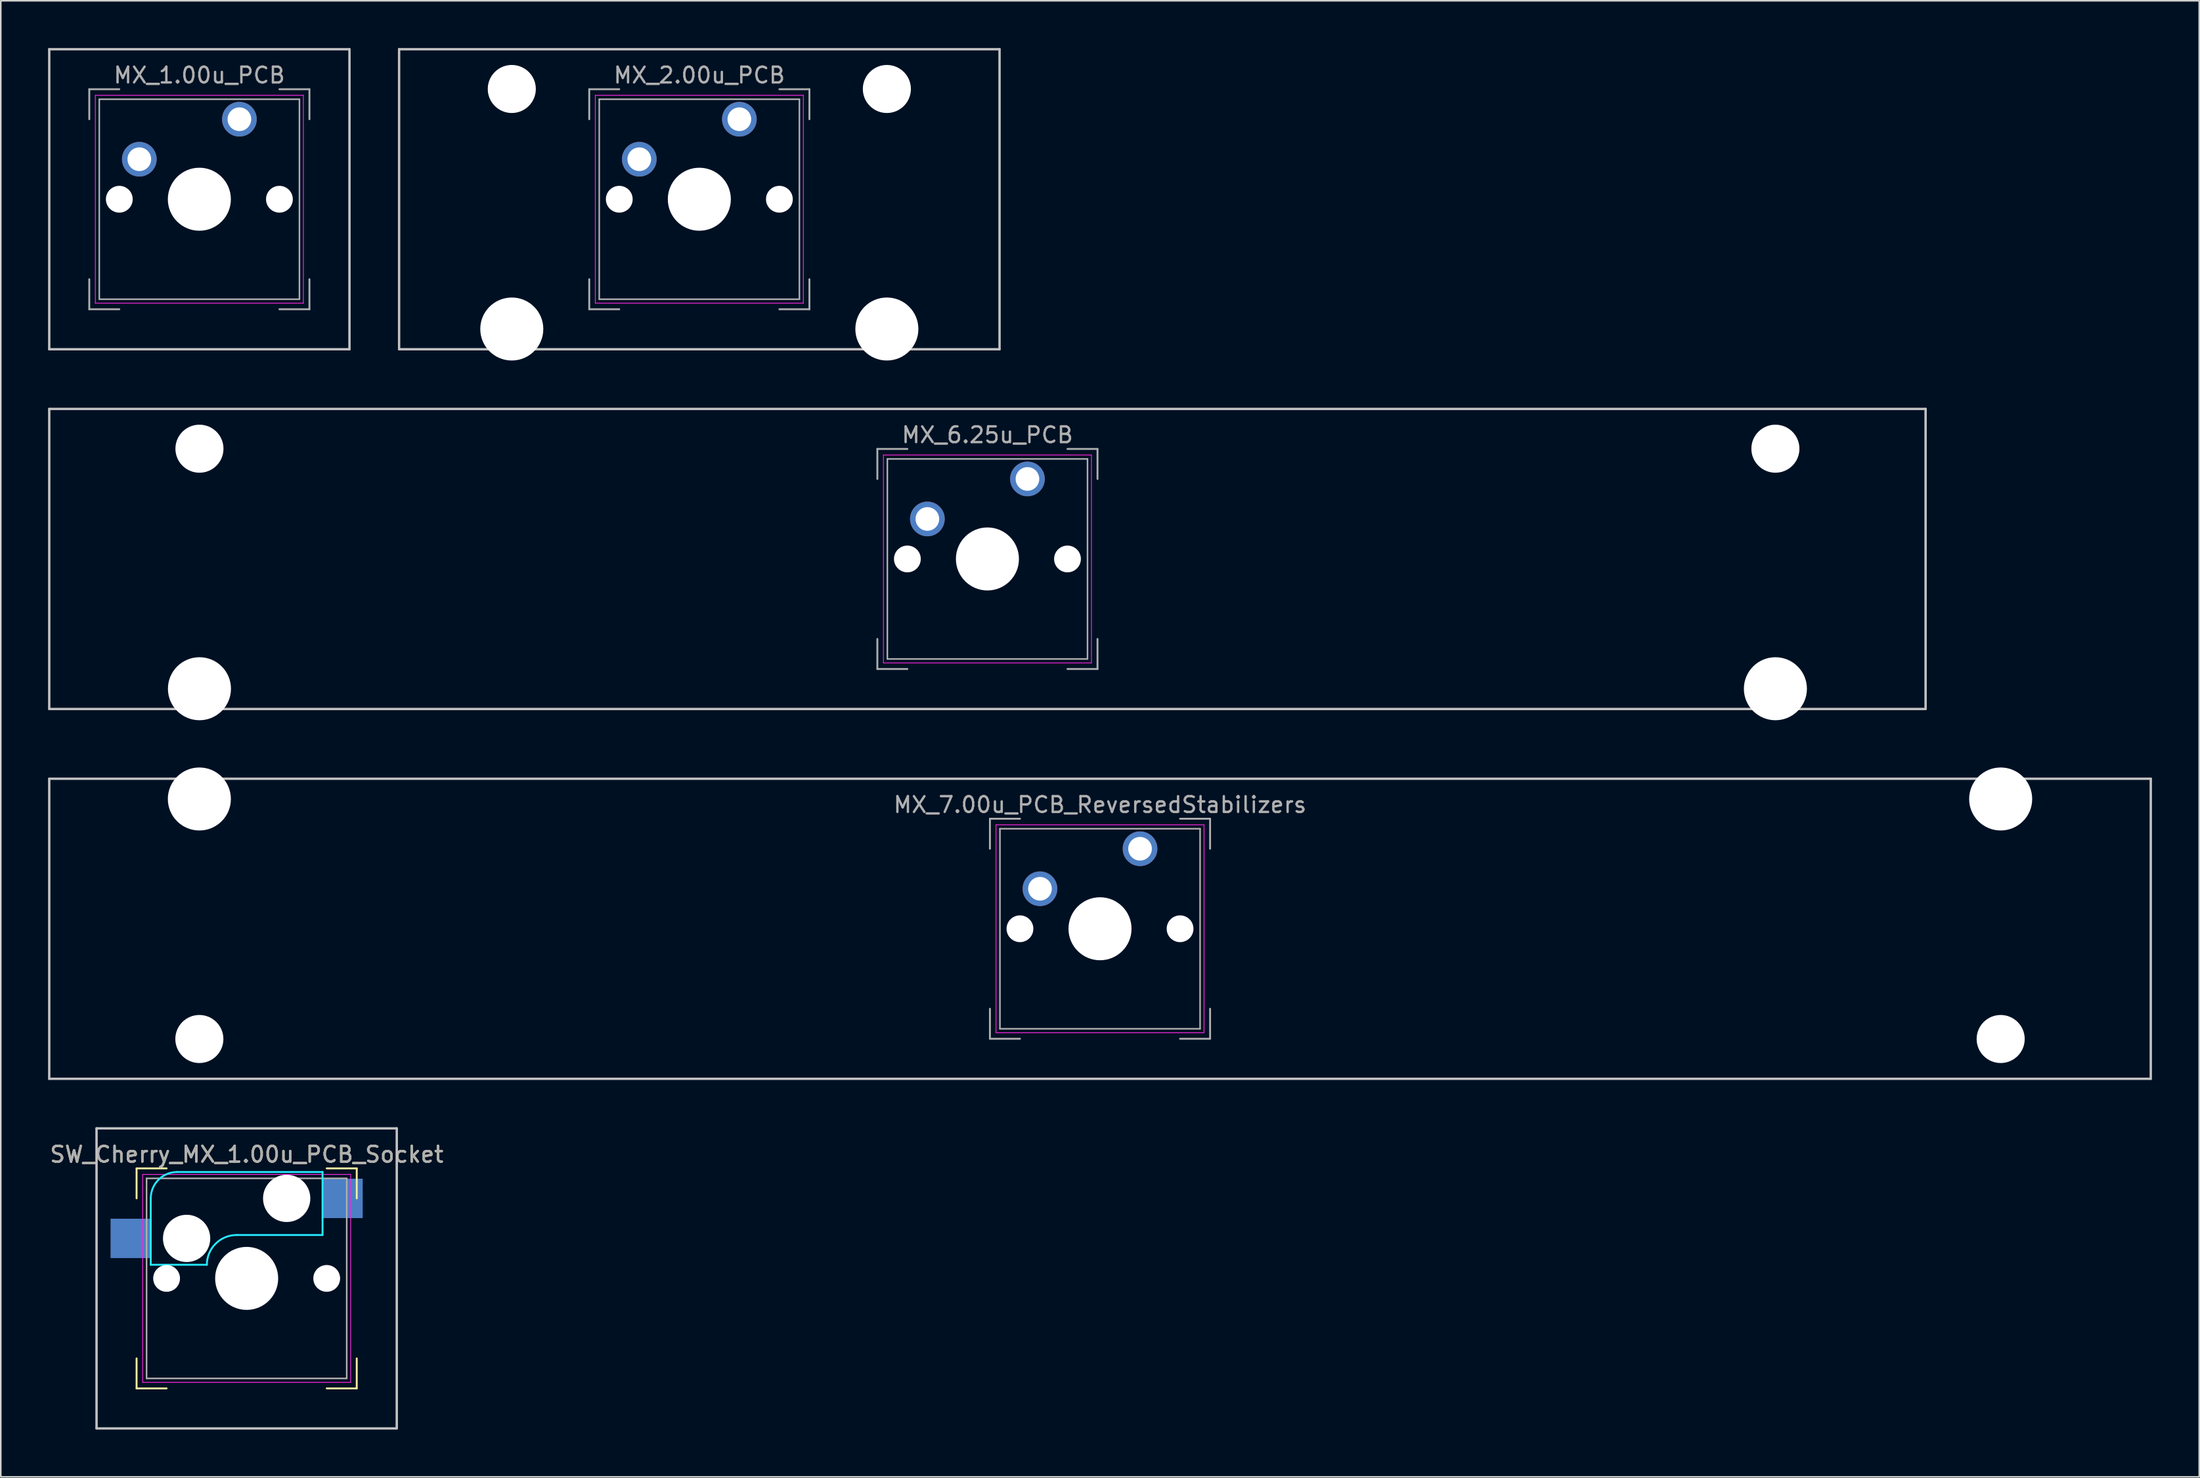
<source format=kicad_pcb>
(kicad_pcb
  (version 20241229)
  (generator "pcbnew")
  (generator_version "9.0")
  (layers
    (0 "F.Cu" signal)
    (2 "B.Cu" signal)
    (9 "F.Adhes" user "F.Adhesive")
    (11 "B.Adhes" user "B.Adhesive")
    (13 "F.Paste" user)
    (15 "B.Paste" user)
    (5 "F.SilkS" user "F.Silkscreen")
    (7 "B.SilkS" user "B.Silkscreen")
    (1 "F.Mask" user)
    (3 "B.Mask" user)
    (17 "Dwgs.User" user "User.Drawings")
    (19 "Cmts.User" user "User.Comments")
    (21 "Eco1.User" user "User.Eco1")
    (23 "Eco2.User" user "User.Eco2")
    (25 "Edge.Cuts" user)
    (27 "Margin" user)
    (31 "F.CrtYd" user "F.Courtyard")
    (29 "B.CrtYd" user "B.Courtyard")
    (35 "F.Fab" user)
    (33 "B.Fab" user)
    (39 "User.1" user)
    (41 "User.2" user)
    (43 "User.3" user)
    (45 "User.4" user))
  (footprint "MX_7.00u_PCB_ReversedStabilizers"
    (layer "F.Cu")
    (at 66.75 55.92)
    (property "Reference" "MX_7.00u_PCB_ReversedStabilizers" (at 0 -7.874 0) (layer "F.Fab") (effects (font (size 1 1) (thickness 0.15))))
    (attr through_hole)
    (fp_line (start -66.675 -9.525) (end 66.675 -9.525) (stroke (width 0.15) (type solid)) (layer "Dwgs.User"))
    (fp_line (start -66.675 9.525) (end -66.675 -9.525) (stroke (width 0.15) (type solid)) (layer "Dwgs.User"))
    (fp_line (start 66.675 -9.525) (end 66.675 9.525) (stroke (width 0.15) (type solid)) (layer "Dwgs.User"))
    (fp_line (start 66.675 9.525) (end -66.675 9.525) (stroke (width 0.15) (type solid)) (layer "Dwgs.User"))
    (fp_line (start -6.6 -6.6) (end 6.6 -6.6) (stroke (width 0.05) (type solid)) (layer "F.CrtYd"))
    (fp_line (start -6.6 6.6) (end -6.6 -6.6) (stroke (width 0.05) (type solid)) (layer "F.CrtYd"))
    (fp_line (start 6.6 -6.6) (end 6.6 6.6) (stroke (width 0.05) (type solid)) (layer "F.CrtYd"))
    (fp_line (start 6.6 6.6) (end -6.6 6.6) (stroke (width 0.05) (type solid)) (layer "F.CrtYd"))
    (fp_line (start -6.985 -6.985) (end -5.08 -6.985) (stroke (width 0.12) (type solid)) (layer "F.Fab"))
    (fp_line (start -6.985 -5.08) (end -6.985 -6.985) (stroke (width 0.12) (type solid)) (layer "F.Fab"))
    (fp_line (start -6.985 5.08) (end -6.985 6.985) (stroke (width 0.12) (type solid)) (layer "F.Fab"))
    (fp_line (start -6.35 -6.35) (end 6.35 -6.35) (stroke (width 0.1) (type solid)) (layer "F.Fab"))
    (fp_line (start -6.35 6.35) (end -6.35 -6.35) (stroke (width 0.1) (type solid)) (layer "F.Fab"))
    (fp_line (start -5.08 6.985) (end -6.985 6.985) (stroke (width 0.12) (type solid)) (layer "F.Fab"))
    (fp_line (start 5.08 -6.985) (end 6.985 -6.985) (stroke (width 0.12) (type solid)) (layer "F.Fab"))
    (fp_line (start 6.35 -6.35) (end 6.35 6.35) (stroke (width 0.1) (type solid)) (layer "F.Fab"))
    (fp_line (start 6.35 6.35) (end -6.35 6.35) (stroke (width 0.1) (type solid)) (layer "F.Fab"))
    (fp_line (start 6.985 -6.985) (end 6.985 -5.08) (stroke (width 0.12) (type solid)) (layer "F.Fab"))
    (fp_line (start 6.985 5.08) (end 6.985 6.985) (stroke (width 0.12) (type solid)) (layer "F.Fab"))
    (fp_line (start 6.985 6.985) (end 5.08 6.985) (stroke (width 0.12) (type solid)) (layer "F.Fab"))
    (pad "" np_thru_hole circle (at -57.15 -8.24 180) (size 4 4) (drill 4) (layers "*.Cu" "*.Mask"))
    (pad "" np_thru_hole circle (at -57.15 7 180) (size 3.05 3.05) (drill 3.05) (layers "*.Cu" "*.Mask"))
    (pad "" np_thru_hole circle (at -5.08 0) (size 1.7 1.7) (drill 1.7) (layers "*.Cu" "*.Mask"))
    (pad "" np_thru_hole circle (at 0 0) (size 4 4) (drill 4) (layers "*.Cu" "*.Mask"))
    (pad "" np_thru_hole circle (at 5.08 0) (size 1.7 1.7) (drill 1.7) (layers "*.Cu" "*.Mask"))
    (pad "" np_thru_hole circle (at 57.15 -8.24 180) (size 4 4) (drill 4) (layers "*.Cu" "*.Mask"))
    (pad "" np_thru_hole circle (at 57.15 7 180) (size 3.05 3.05) (drill 3.05) (layers "*.Cu" "*.Mask"))
    (pad "1" thru_hole circle (at 2.54 -5.08) (size 2.2 2.2) (drill 1.5) (layers "*.Cu" "*.Mask"))
    (pad "2" thru_hole circle (at -3.81 -2.54) (size 2.2 2.2) (drill 1.5) (layers "*.Cu" "*.Mask")))
  (footprint "MX_2.00u_PCB"
    (layer "F.Cu")
    (at 41.325 9.6)
    (property "Reference" "MX_2.00u_PCB" (at 0 -7.874 0) (layer "F.Fab") (effects (font (size 1 1) (thickness 0.15))))
    (attr through_hole)
    (fp_line (start -19.05 -9.525) (end 19.05 -9.525) (stroke (width 0.15) (type solid)) (layer "Dwgs.User"))
    (fp_line (start -19.05 9.525) (end -19.05 -9.525) (stroke (width 0.15) (type solid)) (layer "Dwgs.User"))
    (fp_line (start 19.05 -9.525) (end 19.05 9.525) (stroke (width 0.15) (type solid)) (layer "Dwgs.User"))
    (fp_line (start 19.05 9.525) (end -19.05 9.525) (stroke (width 0.15) (type solid)) (layer "Dwgs.User"))
    (fp_line (start -6.6 -6.6) (end 6.6 -6.6) (stroke (width 0.05) (type solid)) (layer "F.CrtYd"))
    (fp_line (start -6.6 6.6) (end -6.6 -6.6) (stroke (width 0.05) (type solid)) (layer "F.CrtYd"))
    (fp_line (start 6.6 -6.6) (end 6.6 6.6) (stroke (width 0.05) (type solid)) (layer "F.CrtYd"))
    (fp_line (start 6.6 6.6) (end -6.6 6.6) (stroke (width 0.05) (type solid)) (layer "F.CrtYd"))
    (fp_line (start -6.985 -6.985) (end -5.08 -6.985) (stroke (width 0.12) (type solid)) (layer "F.Fab"))
    (fp_line (start -6.985 -5.08) (end -6.985 -6.985) (stroke (width 0.12) (type solid)) (layer "F.Fab"))
    (fp_line (start -6.985 6.985) (end -6.985 5.08) (stroke (width 0.12) (type solid)) (layer "F.Fab"))
    (fp_line (start -6.35 -6.35) (end 6.35 -6.35) (stroke (width 0.1) (type solid)) (layer "F.Fab"))
    (fp_line (start -6.35 6.35) (end -6.35 -6.35) (stroke (width 0.1) (type solid)) (layer "F.Fab"))
    (fp_line (start -5.08 6.985) (end -6.985 6.985) (stroke (width 0.12) (type solid)) (layer "F.Fab"))
    (fp_line (start 5.08 -6.985) (end 6.985 -6.985) (stroke (width 0.12) (type solid)) (layer "F.Fab"))
    (fp_line (start 6.35 -6.35) (end 6.35 6.35) (stroke (width 0.1) (type solid)) (layer "F.Fab"))
    (fp_line (start 6.35 6.35) (end -6.35 6.35) (stroke (width 0.1) (type solid)) (layer "F.Fab"))
    (fp_line (start 6.985 -6.985) (end 6.985 -5.08) (stroke (width 0.12) (type solid)) (layer "F.Fab"))
    (fp_line (start 6.985 6.985) (end 5.08 6.985) (stroke (width 0.12) (type solid)) (layer "F.Fab"))
    (fp_line (start 6.985 6.985) (end 6.985 5.08) (stroke (width 0.12) (type solid)) (layer "F.Fab"))
    (pad "" np_thru_hole circle (at -11.9 -7) (size 3.05 3.05) (drill 3.05) (layers "*.Cu" "*.Mask"))
    (pad "" np_thru_hole circle (at -11.9 8.24) (size 4 4) (drill 4) (layers "*.Cu" "*.Mask"))
    (pad "" np_thru_hole circle (at -5.08 0) (size 1.7 1.7) (drill 1.7) (layers "*.Cu" "*.Mask"))
    (pad "" np_thru_hole circle (at 0 0) (size 4 4) (drill 4) (layers "*.Cu" "*.Mask"))
    (pad "" np_thru_hole circle (at 5.08 0) (size 1.7 1.7) (drill 1.7) (layers "*.Cu" "*.Mask"))
    (pad "" np_thru_hole circle (at 11.9 -7) (size 3.05 3.05) (drill 3.05) (layers "*.Cu" "*.Mask"))
    (pad "" np_thru_hole circle (at 11.9 8.24) (size 4 4) (drill 4) (layers "*.Cu" "*.Mask"))
    (pad "1" thru_hole circle (at 2.54 -5.08) (size 2.2 2.2) (drill 1.5) (layers "*.Cu" "*.Mask"))
    (pad "2" thru_hole circle (at -3.81 -2.54) (size 2.2 2.2) (drill 1.5) (layers "*.Cu" "*.Mask")))
  (footprint "MX_1.00u_PCB"
    (layer "F.Cu")
    (at 9.6 9.6)
    (property "Reference" "MX_1.00u_PCB" (at 0 -7.874 0) (layer "F.Fab") (effects (font (size 1 1) (thickness 0.15))))
    (attr through_hole)
    (fp_line (start -9.525 -9.525) (end 9.525 -9.525) (stroke (width 0.15) (type solid)) (layer "Dwgs.User"))
    (fp_line (start -9.525 9.525) (end -9.525 -9.525) (stroke (width 0.15) (type solid)) (layer "Dwgs.User"))
    (fp_line (start 9.525 -9.525) (end 9.525 9.525) (stroke (width 0.15) (type solid)) (layer "Dwgs.User"))
    (fp_line (start 9.525 9.525) (end -9.525 9.525) (stroke (width 0.15) (type solid)) (layer "Dwgs.User"))
    (fp_line (start -6.6 -6.6) (end 6.6 -6.6) (stroke (width 0.05) (type solid)) (layer "F.CrtYd"))
    (fp_line (start -6.6 6.6) (end -6.6 -6.6) (stroke (width 0.05) (type solid)) (layer "F.CrtYd"))
    (fp_line (start 6.6 -6.6) (end 6.6 6.6) (stroke (width 0.05) (type solid)) (layer "F.CrtYd"))
    (fp_line (start 6.6 6.6) (end -6.6 6.6) (stroke (width 0.05) (type solid)) (layer "F.CrtYd"))
    (fp_line (start -6.985 -6.985) (end -5.08 -6.985) (stroke (width 0.12) (type solid)) (layer "F.Fab"))
    (fp_line (start -6.985 -5.08) (end -6.985 -6.985) (stroke (width 0.12) (type solid)) (layer "F.Fab"))
    (fp_line (start -6.985 6.985) (end -6.985 5.08) (stroke (width 0.12) (type solid)) (layer "F.Fab"))
    (fp_line (start -6.35 -6.35) (end 6.35 -6.35) (stroke (width 0.1) (type solid)) (layer "F.Fab"))
    (fp_line (start -6.35 6.35) (end -6.35 -6.35) (stroke (width 0.1) (type solid)) (layer "F.Fab"))
    (fp_line (start -5.08 6.985) (end -6.985 6.985) (stroke (width 0.12) (type solid)) (layer "F.Fab"))
    (fp_line (start 5.08 -6.985) (end 6.985 -6.985) (stroke (width 0.12) (type solid)) (layer "F.Fab"))
    (fp_line (start 6.35 -6.35) (end 6.35 6.35) (stroke (width 0.1) (type solid)) (layer "F.Fab"))
    (fp_line (start 6.35 6.35) (end -6.35 6.35) (stroke (width 0.1) (type solid)) (layer "F.Fab"))
    (fp_line (start 6.985 -6.985) (end 6.985 -5.08) (stroke (width 0.12) (type solid)) (layer "F.Fab"))
    (fp_line (start 6.985 5.08) (end 6.985 6.985) (stroke (width 0.12) (type solid)) (layer "F.Fab"))
    (fp_line (start 6.985 6.985) (end 5.08 6.985) (stroke (width 0.12) (type solid)) (layer "F.Fab"))
    (pad "" np_thru_hole circle (at -5.08 0) (size 1.7 1.7) (drill 1.7) (layers "*.Cu" "*.Mask"))
    (pad "" np_thru_hole circle (at 0 0) (size 4 4) (drill 4) (layers "*.Cu" "*.Mask"))
    (pad "" np_thru_hole circle (at 5.08 0) (size 1.7 1.7) (drill 1.7) (layers "*.Cu" "*.Mask"))
    (pad "1" thru_hole circle (at 2.54 -5.08) (size 2.2 2.2) (drill 1.5) (layers "*.Cu" "*.Mask"))
    (pad "2" thru_hole circle (at -3.81 -2.54) (size 2.2 2.2) (drill 1.5) (layers "*.Cu" "*.Mask")))
  (footprint "SW_Cherry_MX_1.00u_PCB_Socket"
    (layer "F.Cu")
    (at 12.601 78.12)
    (property "Reference" "SW_Cherry_MX_1.00u_PCB_Socket" (at 0 -7.874 0) (layer "F.SilkS") (effects (font (size 1 1) (thickness 0.15))))
    (attr through_hole)
    (fp_line (start -6.985 -6.985) (end -5.08 -6.985) (stroke (width 0.12) (type solid)) (layer "F.SilkS"))
    (fp_line (start -6.985 -5.08) (end -6.985 -6.985) (stroke (width 0.12) (type solid)) (layer "F.SilkS"))
    (fp_line (start -6.985 6.985) (end -6.985 5.08) (stroke (width 0.12) (type solid)) (layer "F.SilkS"))
    (fp_line (start -6.985 6.985) (end -5.08 6.985) (stroke (width 0.12) (type solid)) (layer "F.SilkS"))
    (fp_line (start 5.08 -6.985) (end 6.985 -6.985) (stroke (width 0.12) (type solid)) (layer "F.SilkS"))
    (fp_line (start 6.985 -6.985) (end 6.985 -5.08) (stroke (width 0.12) (type solid)) (layer "F.SilkS"))
    (fp_line (start 6.985 6.985) (end 5.08 6.985) (stroke (width 0.12) (type solid)) (layer "F.SilkS"))
    (fp_line (start 6.985 6.985) (end 6.985 5.08) (stroke (width 0.12) (type solid)) (layer "F.SilkS"))
    (fp_line (start -9.525 -9.525) (end 9.525 -9.525) (stroke (width 0.15) (type solid)) (layer "Dwgs.User"))
    (fp_line (start -9.525 9.525) (end -9.525 -9.525) (stroke (width 0.15) (type solid)) (layer "Dwgs.User"))
    (fp_line (start 9.525 -9.525) (end 9.525 9.525) (stroke (width 0.15) (type solid)) (layer "Dwgs.User"))
    (fp_line (start 9.525 9.525) (end -9.525 9.525) (stroke (width 0.15) (type solid)) (layer "Dwgs.User"))
    (fp_line (start -6.085 -0.865) (end -6.085 -5.08) (stroke (width 0.12) (type solid)) (layer "B.CrtYd"))
    (fp_line (start -6.085 -0.865) (end -2.525 -0.865) (stroke (width 0.12) (type solid)) (layer "B.CrtYd"))
    (fp_line (start -4.41 -6.755) (end 4.815 -6.755) (stroke (width 0.12) (type solid)) (layer "B.CrtYd"))
    (fp_line (start 4.815 -6.755) (end 4.815 -2.755) (stroke (width 0.12) (type solid)) (layer "B.CrtYd"))
    (fp_line (start 4.815 -2.755) (end -0.635 -2.755) (stroke (width 0.12) (type solid)) (layer "B.CrtYd"))
    (fp_arc (start -6.085 -5.08) (mid -5.594404 -6.264404) (end -4.41 -6.755) (stroke (width 0.12) (type solid)) (layer "B.CrtYd"))
    (fp_arc (start -2.525 -0.865) (mid -1.971432 -2.201432) (end -0.635 -2.755) (stroke (width 0.12) (type solid)) (layer "B.CrtYd"))
    (fp_line (start -6.6 -6.6) (end 6.6 -6.6) (stroke (width 0.05) (type solid)) (layer "F.CrtYd"))
    (fp_line (start -6.6 6.6) (end -6.6 -6.6) (stroke (width 0.05) (type solid)) (layer "F.CrtYd"))
    (fp_line (start 6.6 -6.6) (end 6.6 6.6) (stroke (width 0.05) (type solid)) (layer "F.CrtYd"))
    (fp_line (start 6.6 6.6) (end -6.6 6.6) (stroke (width 0.05) (type solid)) (layer "F.CrtYd"))
    (fp_line (start -6.35 -6.35) (end 6.35 -6.35) (stroke (width 0.1) (type solid)) (layer "F.Fab"))
    (fp_line (start -6.35 6.35) (end -6.35 -6.35) (stroke (width 0.1) (type solid)) (layer "F.Fab"))
    (fp_line (start 6.35 -6.35) (end 6.35 6.35) (stroke (width 0.1) (type solid)) (layer "F.Fab"))
    (fp_line (start 6.35 6.35) (end -6.35 6.35) (stroke (width 0.1) (type solid)) (layer "F.Fab"))
    (fp_text user "${REFERENCE}" (at 0 -7.874 0) (layer "F.Fab") (effects (font (size 1 1) (thickness 0.15))))
    (pad "" np_thru_hole circle (at -5.08 0) (size 1.7 1.7) (drill 1.7) (layers "*.Cu" "*.Mask"))
    (pad "" np_thru_hole circle (at -3.81 -2.54) (size 3 3) (drill 3) (layers "*.Cu" "*.Mask"))
    (pad "" np_thru_hole circle (at 0 0) (size 4 4) (drill 4) (layers "*.Cu" "*.Mask"))
    (pad "" np_thru_hole circle (at 2.54 -5.08) (size 3 3) (drill 3) (layers "*.Cu" "*.Mask"))
    (pad "" np_thru_hole circle (at 5.08 0) (size 1.7 1.7) (drill 1.7) (layers "*.Cu" "*.Mask"))
    (pad "1" smd rect (at 6.09 -5.08) (size 2.55 2.5) (layers "B.Cu" "B.Mask" "B.Paste"))
    (pad "2" smd rect (at -7.36 -2.54) (size 2.55 2.5) (layers "B.Cu" "B.Mask" "B.Paste")))
  (footprint "MX_6.25u_PCB"
    (layer "F.Cu")
    (at 59.606 32.44)
    (property "Reference" "MX_6.25u_PCB" (at 0 -7.874 0) (layer "F.Fab") (effects (font (size 1 1) (thickness 0.15))))
    (attr through_hole)
    (fp_line (start -59.531 -9.525) (end 59.531 -9.525) (stroke (width 0.15) (type solid)) (layer "Dwgs.User"))
    (fp_line (start -59.531 9.525) (end -59.531 -9.525) (stroke (width 0.15) (type solid)) (layer "Dwgs.User"))
    (fp_line (start 59.531 -9.525) (end 59.531 9.525) (stroke (width 0.15) (type solid)) (layer "Dwgs.User"))
    (fp_line (start 59.531 9.525) (end -59.531 9.525) (stroke (width 0.15) (type solid)) (layer "Dwgs.User"))
    (fp_line (start -6.6 -6.6) (end 6.6 -6.6) (stroke (width 0.05) (type solid)) (layer "F.CrtYd"))
    (fp_line (start -6.6 6.6) (end -6.6 -6.6) (stroke (width 0.05) (type solid)) (layer "F.CrtYd"))
    (fp_line (start 6.6 -6.6) (end 6.6 6.6) (stroke (width 0.05) (type solid)) (layer "F.CrtYd"))
    (fp_line (start 6.6 6.6) (end -6.6 6.6) (stroke (width 0.05) (type solid)) (layer "F.CrtYd"))
    (fp_line (start -6.985 -6.985) (end -5.08 -6.985) (stroke (width 0.12) (type solid)) (layer "F.Fab"))
    (fp_line (start -6.985 -5.08) (end -6.985 -6.985) (stroke (width 0.12) (type solid)) (layer "F.Fab"))
    (fp_line (start -6.985 5.08) (end -6.985 6.985) (stroke (width 0.12) (type solid)) (layer "F.Fab"))
    (fp_line (start -6.35 -6.35) (end 6.35 -6.35) (stroke (width 0.1) (type solid)) (layer "F.Fab"))
    (fp_line (start -6.35 6.35) (end -6.35 -6.35) (stroke (width 0.1) (type solid)) (layer "F.Fab"))
    (fp_line (start -5.08 6.985) (end -6.985 6.985) (stroke (width 0.12) (type solid)) (layer "F.Fab"))
    (fp_line (start 5.08 -6.985) (end 6.985 -6.985) (stroke (width 0.12) (type solid)) (layer "F.Fab"))
    (fp_line (start 6.35 -6.35) (end 6.35 6.35) (stroke (width 0.1) (type solid)) (layer "F.Fab"))
    (fp_line (start 6.35 6.35) (end -6.35 6.35) (stroke (width 0.1) (type solid)) (layer "F.Fab"))
    (fp_line (start 6.985 -6.985) (end 6.985 -5.08) (stroke (width 0.12) (type solid)) (layer "F.Fab"))
    (fp_line (start 6.985 5.08) (end 6.985 6.985) (stroke (width 0.12) (type solid)) (layer "F.Fab"))
    (fp_line (start 6.985 6.985) (end 5.08 6.985) (stroke (width 0.12) (type solid)) (layer "F.Fab"))
    (pad "" np_thru_hole circle (at -50 -7) (size 3.05 3.05) (drill 3.05) (layers "*.Cu" "*.Mask"))
    (pad "" np_thru_hole circle (at -50 8.24) (size 4 4) (drill 4) (layers "*.Cu" "*.Mask"))
    (pad "" np_thru_hole circle (at -5.08 0) (size 1.7 1.7) (drill 1.7) (layers "*.Cu" "*.Mask"))
    (pad "" np_thru_hole circle (at 0 0) (size 4 4) (drill 4) (layers "*.Cu" "*.Mask"))
    (pad "" np_thru_hole circle (at 5.08 0) (size 1.7 1.7) (drill 1.7) (layers "*.Cu" "*.Mask"))
    (pad "" np_thru_hole circle (at 50 -7) (size 3.05 3.05) (drill 3.05) (layers "*.Cu" "*.Mask"))
    (pad "" np_thru_hole circle (at 50 8.24) (size 4 4) (drill 4) (layers "*.Cu" "*.Mask"))
    (pad "1" thru_hole circle (at 2.54 -5.08) (size 2.2 2.2) (drill 1.5) (layers "*.Cu" "*.Mask"))
    (pad "2" thru_hole circle (at -3.81 -2.54) (size 2.2 2.2) (drill 1.5) (layers "*.Cu" "*.Mask")))
  (gr_rect
    (start -3 -3)
    (end 136.5 90.72)
    (stroke (width 0.1) (type default))
    (fill no)
    (layer "Edge.Cuts")))
</source>
